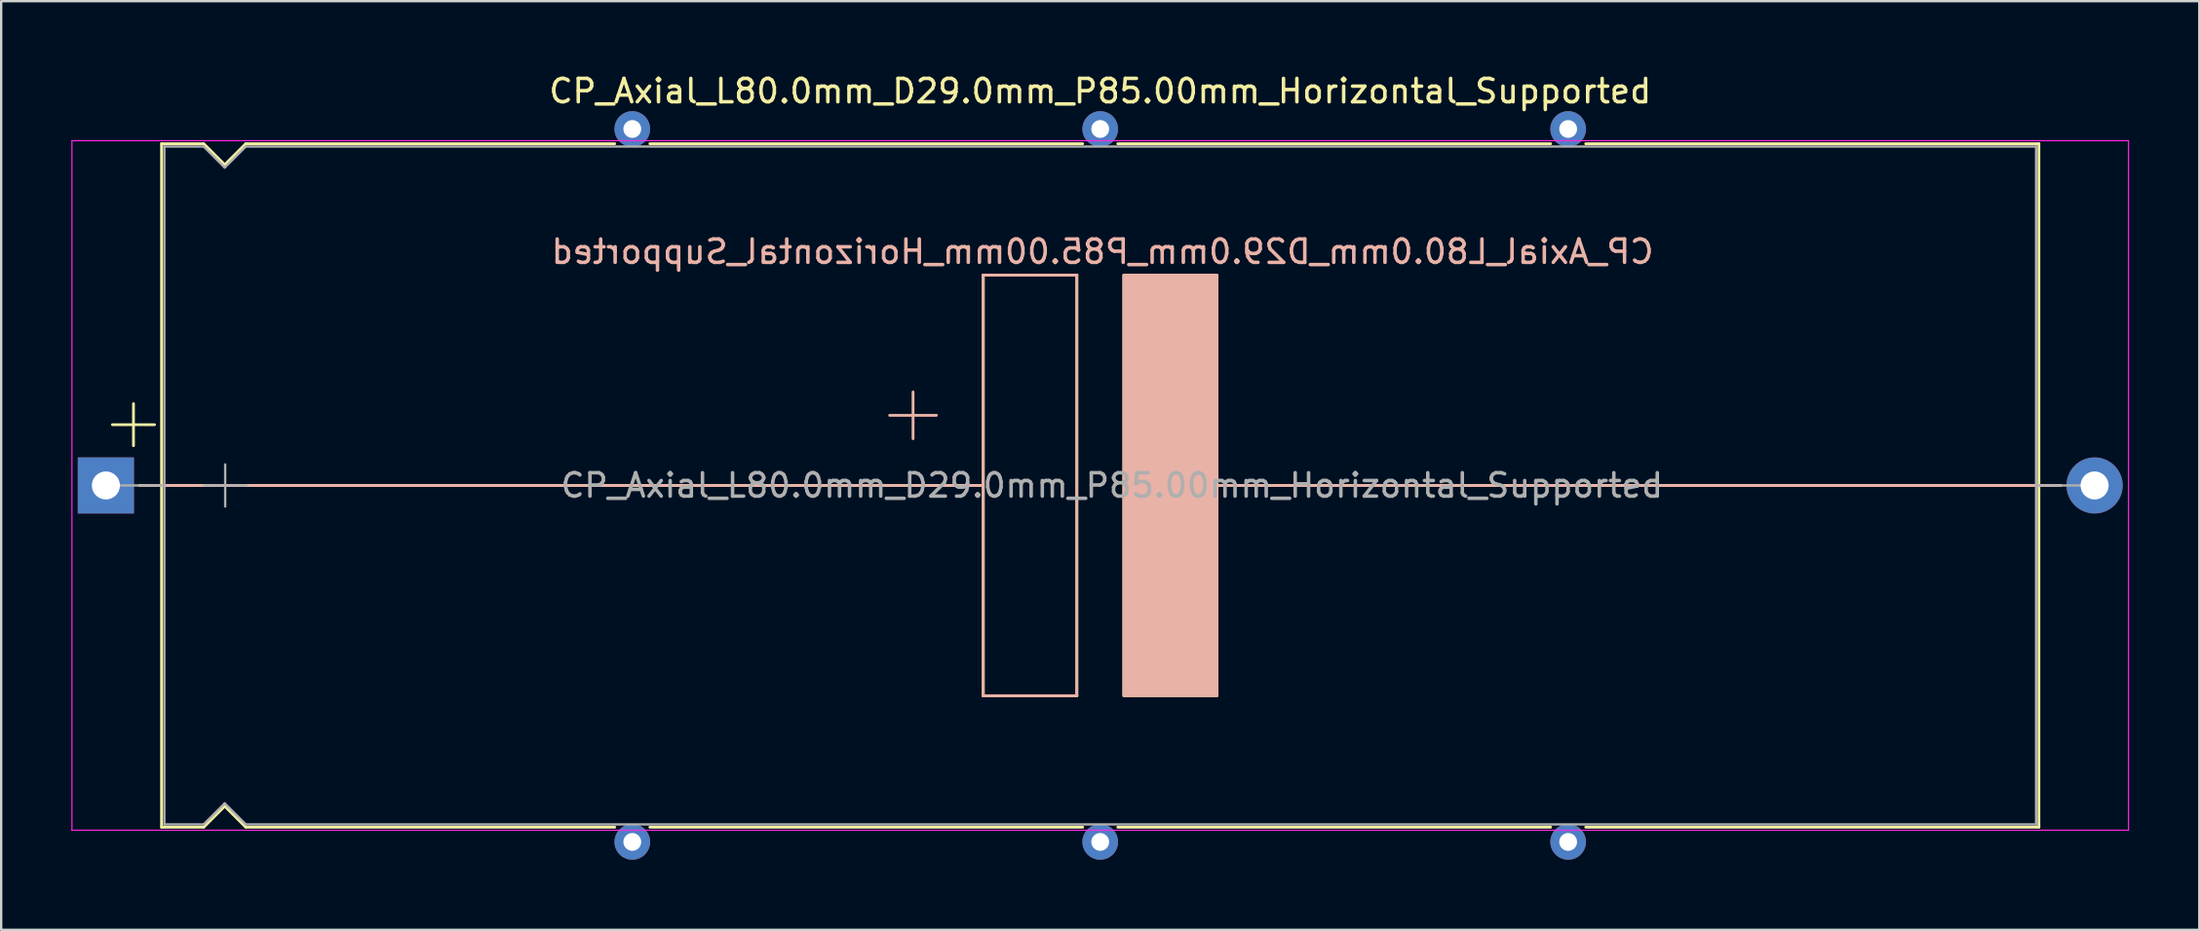
<source format=kicad_pcb>
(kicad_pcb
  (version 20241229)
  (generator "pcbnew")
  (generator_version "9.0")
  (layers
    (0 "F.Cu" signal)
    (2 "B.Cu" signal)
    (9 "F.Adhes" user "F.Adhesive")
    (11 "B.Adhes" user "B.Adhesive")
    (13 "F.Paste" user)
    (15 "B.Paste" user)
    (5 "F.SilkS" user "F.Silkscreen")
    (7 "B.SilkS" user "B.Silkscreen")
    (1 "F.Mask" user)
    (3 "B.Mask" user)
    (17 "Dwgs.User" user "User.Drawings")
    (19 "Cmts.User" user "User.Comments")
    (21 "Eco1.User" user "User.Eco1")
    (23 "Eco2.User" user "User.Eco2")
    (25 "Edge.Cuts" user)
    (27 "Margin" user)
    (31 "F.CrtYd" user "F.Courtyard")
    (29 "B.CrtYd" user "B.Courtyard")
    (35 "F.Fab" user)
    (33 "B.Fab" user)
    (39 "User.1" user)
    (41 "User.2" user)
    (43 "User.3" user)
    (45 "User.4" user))
  (footprint "CP_Axial_L80.0mm_D29.0mm_P85.00mm_Horizontal_Supported"
    (layer "F.Cu")
    (at 1.475 17.718)
    (property "Reference" "CP_Axial_L80.0mm_D29.0mm_P85.00mm_Horizontal_Supported" (at 42.5 -16.87 0) (layer "F.SilkS") (effects (font (size 1 1) (thickness 0.15))))
    (fp_line (start 0.28 -2.6) (end 2.08 -2.6) (stroke (width 0.12) (type solid)) (layer "F.SilkS"))
    (fp_line (start 1.18 -3.5) (end 1.18 -1.7) (stroke (width 0.12) (type solid)) (layer "F.SilkS"))
    (fp_line (start 1.44 0) (end 2.38 0) (stroke (width 0.12) (type solid)) (layer "F.SilkS"))
    (fp_line (start 2.38 -14.62) (end 2.38 14.62) (stroke (width 0.12) (type solid)) (layer "F.SilkS"))
    (fp_line (start 2.38 -14.62) (end 4.18 -14.62) (stroke (width 0.12) (type solid)) (layer "F.SilkS"))
    (fp_line (start 2.38 0) (end 37.5 0) (stroke (width 0.12) (type solid)) (layer "F.SilkS"))
    (fp_line (start 2.38 14.62) (end 4.18 14.62) (stroke (width 0.12) (type solid)) (layer "F.SilkS"))
    (fp_line (start 4.18 -14.62) (end 5.08 -13.72) (stroke (width 0.12) (type solid)) (layer "F.SilkS"))
    (fp_line (start 4.18 14.62) (end 5.08 13.72) (stroke (width 0.12) (type solid)) (layer "F.SilkS"))
    (fp_line (start 5.08 -13.72) (end 5.98 -14.62) (stroke (width 0.12) (type solid)) (layer "F.SilkS"))
    (fp_line (start 5.08 13.72) (end 5.98 14.62) (stroke (width 0.12) (type solid)) (layer "F.SilkS"))
    (fp_line (start 5.98 -14.62) (end 21.75 -14.62) (stroke (width 0.12) (type solid)) (layer "F.SilkS"))
    (fp_line (start 5.98 14.62) (end 21.75 14.62) (stroke (width 0.12) (type solid)) (layer "F.SilkS"))
    (fp_line (start 23.25 -14.62) (end 41.75 -14.62) (stroke (width 0.12) (type solid)) (layer "F.SilkS"))
    (fp_line (start 23.25 14.62) (end 41.75 14.62) (stroke (width 0.12) (type solid)) (layer "F.SilkS"))
    (fp_line (start 37.5 -9) (end 41.5 -9) (stroke (width 0.12) (type solid)) (layer "F.SilkS"))
    (fp_line (start 37.5 9) (end 37.5 -9) (stroke (width 0.12) (type solid)) (layer "F.SilkS"))
    (fp_line (start 41.5 -9) (end 41.5 9) (stroke (width 0.12) (type solid)) (layer "F.SilkS"))
    (fp_line (start 41.5 9) (end 37.5 9) (stroke (width 0.12) (type solid)) (layer "F.SilkS"))
    (fp_line (start 43.25 -14.62) (end 61.75 -14.62) (stroke (width 0.12) (type solid)) (layer "F.SilkS"))
    (fp_line (start 43.25 14.62) (end 61.75 14.62) (stroke (width 0.12) (type solid)) (layer "F.SilkS"))
    (fp_line (start 47 0) (end 82.62 0) (stroke (width 0.12) (type solid)) (layer "F.SilkS"))
    (fp_line (start 63.25 -14.62) (end 82.62 -14.62) (stroke (width 0.12) (type solid)) (layer "F.SilkS"))
    (fp_line (start 63.25 14.62) (end 82.62 14.62) (stroke (width 0.12) (type solid)) (layer "F.SilkS"))
    (fp_line (start 82.62 -14.62) (end 82.62 14.62) (stroke (width 0.12) (type solid)) (layer "F.SilkS"))
    (fp_line (start 83.56 0) (end 82.62 0) (stroke (width 0.12) (type solid)) (layer "F.SilkS"))
    (fp_poly (pts (xy 47.5 9) (xy 43.5 9) (xy 43.5 -9) (xy 47.5 -9)) (stroke (width 0.1) (type solid)) (fill yes) (layer "F.SilkS"))
    (fp_line (start 1.5 0) (end 9.38 0) (stroke (width 0.12) (type solid)) (layer "B.SilkS"))
    (fp_line (start 9.38 0) (end 37.5 0) (stroke (width 0.12) (type solid)) (layer "B.SilkS"))
    (fp_line (start 34.5 -2) (end 34.5 -4) (stroke (width 0.12) (type solid)) (layer "B.SilkS"))
    (fp_line (start 35.5 -3) (end 33.5 -3) (stroke (width 0.12) (type solid)) (layer "B.SilkS"))
    (fp_line (start 37.5 -9) (end 41.5 -9) (stroke (width 0.12) (type solid)) (layer "B.SilkS"))
    (fp_line (start 37.5 9) (end 37.5 -9) (stroke (width 0.12) (type solid)) (layer "B.SilkS"))
    (fp_line (start 41.5 -9) (end 41.5 9) (stroke (width 0.12) (type solid)) (layer "B.SilkS"))
    (fp_line (start 41.5 9) (end 37.5 9) (stroke (width 0.12) (type solid)) (layer "B.SilkS"))
    (fp_line (start 47.5 0) (end 76.62 0) (stroke (width 0.12) (type solid)) (layer "B.SilkS"))
    (fp_line (start 83.5 0) (end 76.62 0) (stroke (width 0.12) (type solid)) (layer "B.SilkS"))
    (fp_poly (pts (xy 47.5 9) (xy 43.5 9) (xy 43.5 -9) (xy 47.5 -9)) (stroke (width 0.1) (type solid)) (fill yes) (layer "B.SilkS"))
    (fp_line (start -1.45 -14.75) (end -1.45 14.75) (stroke (width 0.05) (type solid)) (layer "F.CrtYd"))
    (fp_line (start -1.45 14.75) (end 86.45 14.75) (stroke (width 0.05) (type solid)) (layer "F.CrtYd"))
    (fp_line (start 86.45 -14.75) (end -1.45 -14.75) (stroke (width 0.05) (type solid)) (layer "F.CrtYd"))
    (fp_line (start 86.45 14.75) (end 86.45 -14.75) (stroke (width 0.05) (type solid)) (layer "F.CrtYd"))
    (fp_line (start 0 0) (end 2.5 0) (stroke (width 0.1) (type solid)) (layer "F.Fab"))
    (fp_line (start 2.5 -14.5) (end 2.5 14.5) (stroke (width 0.1) (type solid)) (layer "F.Fab"))
    (fp_line (start 2.5 -14.5) (end 4.18 -14.5) (stroke (width 0.1) (type solid)) (layer "F.Fab"))
    (fp_line (start 2.5 14.5) (end 4.18 14.5) (stroke (width 0.1) (type solid)) (layer "F.Fab"))
    (fp_line (start 4.18 -14.5) (end 5.08 -13.6) (stroke (width 0.1) (type solid)) (layer "F.Fab"))
    (fp_line (start 4.18 14.5) (end 5.08 13.6) (stroke (width 0.1) (type solid)) (layer "F.Fab"))
    (fp_line (start 4.2 0) (end 6 0) (stroke (width 0.1) (type solid)) (layer "F.Fab"))
    (fp_line (start 5.08 -13.6) (end 5.98 -14.5) (stroke (width 0.1) (type solid)) (layer "F.Fab"))
    (fp_line (start 5.08 13.6) (end 5.98 14.5) (stroke (width 0.1) (type solid)) (layer "F.Fab"))
    (fp_line (start 5.1 -0.9) (end 5.1 0.9) (stroke (width 0.1) (type solid)) (layer "F.Fab"))
    (fp_line (start 5.98 -14.5) (end 82.5 -14.5) (stroke (width 0.1) (type solid)) (layer "F.Fab"))
    (fp_line (start 5.98 14.5) (end 82.5 14.5) (stroke (width 0.1) (type solid)) (layer "F.Fab"))
    (fp_line (start 82.5 -14.5) (end 82.5 14.5) (stroke (width 0.1) (type solid)) (layer "F.Fab"))
    (fp_line (start 85 0) (end 82.5 0) (stroke (width 0.1) (type solid)) (layer "F.Fab"))
    (fp_text user "${REFERENCE}" (at 42.6 -10 0) (layer "B.SilkS") (effects (font (size 1 1) (thickness 0.15)) (justify mirror)))
    (fp_text user "${REFERENCE}" (at 43 0 0) (layer "F.Fab") (effects (font (size 1 1) (thickness 0.15))))
    (pad "" thru_hole circle (at 22.5 -15.25) (size 1.524 1.524) (drill 0.762) (layers "*.Cu" "*.Mask"))
    (pad "" thru_hole circle (at 22.5 15.25) (size 1.524 1.524) (drill 0.762) (layers "*.Cu" "*.Mask"))
    (pad "" thru_hole circle (at 42.5 -15.25) (size 1.524 1.524) (drill 0.762) (layers "*.Cu" "*.Mask"))
    (pad "" thru_hole circle (at 42.5 15.25) (size 1.524 1.524) (drill 0.762) (layers "*.Cu" "*.Mask"))
    (pad "" thru_hole circle (at 62.5 -15.25) (size 1.524 1.524) (drill 0.762) (layers "*.Cu" "*.Mask"))
    (pad "" thru_hole circle (at 62.5 15.25) (size 1.524 1.524) (drill 0.762) (layers "*.Cu" "*.Mask"))
    (pad "1" thru_hole rect (at 0 0) (size 2.4 2.4) (drill 1.2) (layers "*.Cu" "*.Mask"))
    (pad "2" thru_hole oval (at 85 0) (size 2.4 2.4) (drill 1.2) (layers "*.Cu" "*.Mask")))
  (gr_rect
    (start -3 -3)
    (end 90.95 36.73)
    (stroke (width 0.1) (type default))
    (fill no)
    (layer "Edge.Cuts")))
</source>
